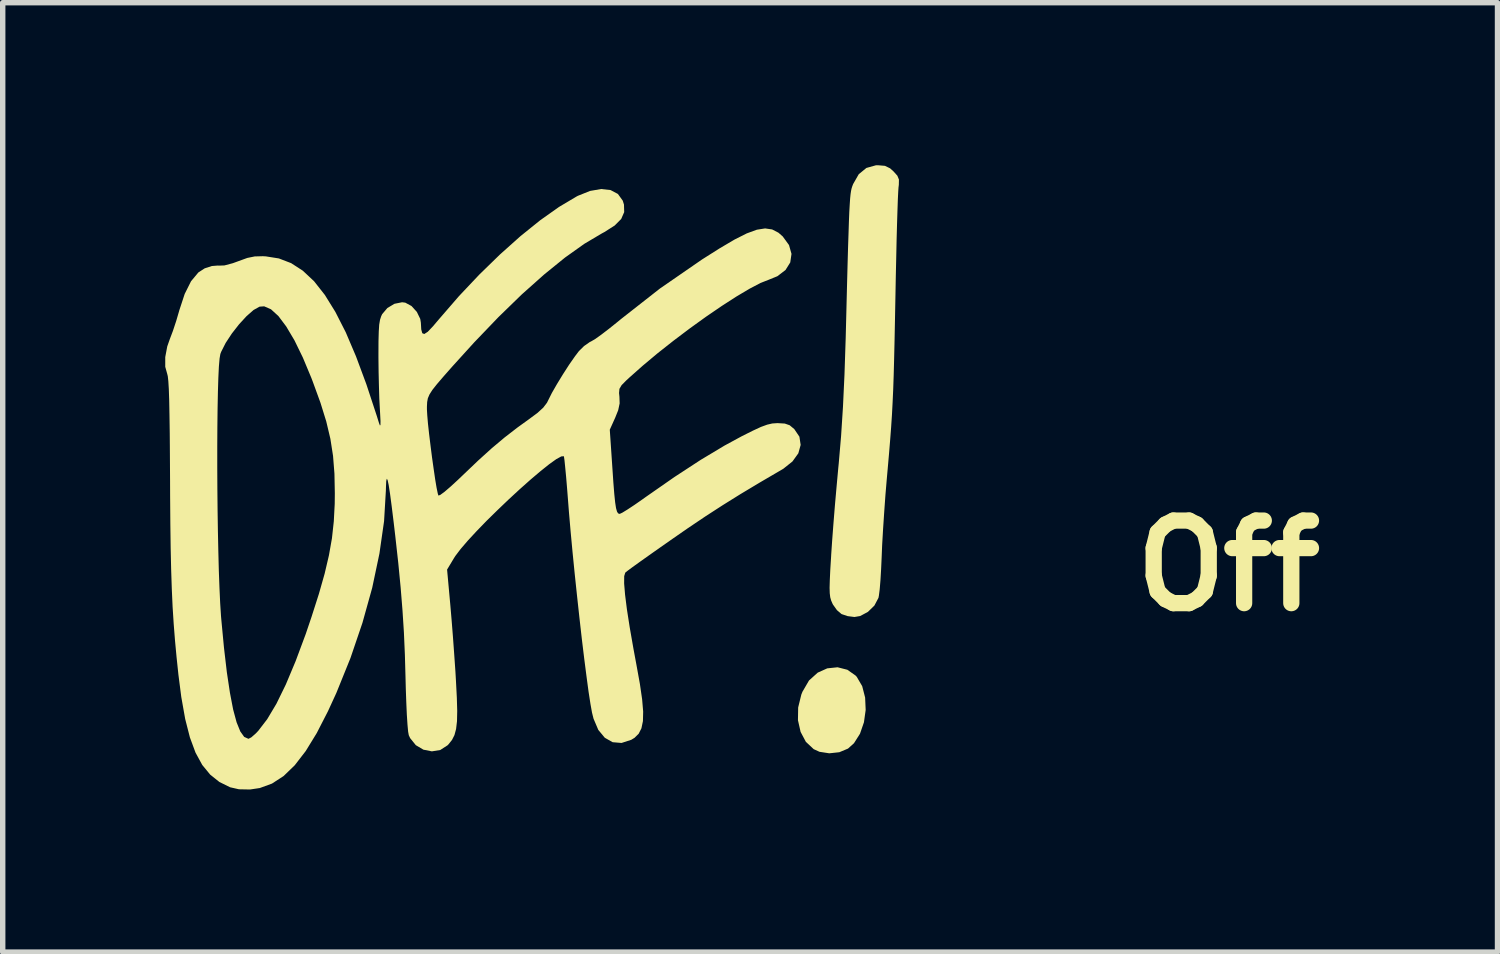
<source format=kicad_pcb>
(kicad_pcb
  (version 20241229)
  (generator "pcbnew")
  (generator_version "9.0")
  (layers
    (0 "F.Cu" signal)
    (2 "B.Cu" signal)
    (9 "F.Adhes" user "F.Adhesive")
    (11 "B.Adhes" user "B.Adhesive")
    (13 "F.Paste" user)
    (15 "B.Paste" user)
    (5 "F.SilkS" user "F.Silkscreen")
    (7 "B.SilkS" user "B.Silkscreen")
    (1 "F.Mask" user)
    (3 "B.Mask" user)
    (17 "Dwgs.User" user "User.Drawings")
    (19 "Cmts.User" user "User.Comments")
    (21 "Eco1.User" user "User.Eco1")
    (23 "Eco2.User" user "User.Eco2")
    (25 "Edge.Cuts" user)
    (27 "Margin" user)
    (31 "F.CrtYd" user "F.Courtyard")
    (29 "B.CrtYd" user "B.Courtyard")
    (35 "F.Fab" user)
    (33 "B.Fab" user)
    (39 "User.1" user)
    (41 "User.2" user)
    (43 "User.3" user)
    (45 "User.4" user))
  (footprint "Off"
    (layer "F.Cu")
    (at 6.623 5.093)
    (property "Reference" "Off" (at 13 2.3 0) (layer "F.SilkS") (effects (font (size 1.524 1.524) (thickness 0.3))))
    (attr board_only exclude_from_pos_files exclude_from_bom)
    (fp_poly (pts (xy 5.967 4.219) (xy 6.119 4.326) (xy 6.14 4.349) (xy 6.241 4.522) (xy 6.295 4.732) (xy 6.305 4.961) (xy 6.273 5.189) (xy 6.2 5.4) (xy 6.089 5.575) (xy 5.979 5.674) (xy 5.819 5.741) (xy 5.633 5.761) (xy 5.452 5.733) (xy 5.345 5.684) (xy 5.201 5.549) (xy 5.104 5.366) (xy 5.055 5.15) (xy 5.059 4.915) (xy 5.117 4.678) (xy 5.138 4.625) (xy 5.259 4.417) (xy 5.42 4.272) (xy 5.596 4.193) (xy 5.786 4.173)) (stroke (width 0) (type solid)) (fill yes) (layer "F.SilkS"))
    (fp_poly (pts (xy 6.661 -5.082) (xy 6.756 -5.036) (xy 6.82 -4.978) (xy 6.89 -4.9) (xy 6.919 -4.829) (xy 6.917 -4.731) (xy 6.911 -4.683) (xy 6.906 -4.609) (xy 6.899 -4.467) (xy 6.892 -4.265) (xy 6.884 -4.013) (xy 6.876 -3.719) (xy 6.869 -3.391) (xy 6.861 -3.037) (xy 6.855 -2.708) (xy 6.846 -2.247) (xy 6.838 -1.852) (xy 6.83 -1.511) (xy 6.822 -1.215) (xy 6.813 -0.952) (xy 6.802 -0.712) (xy 6.79 -0.485) (xy 6.775 -0.259) (xy 6.757 -0.024) (xy 6.736 0.231) (xy 6.711 0.516) (xy 6.695 0.695) (xy 6.67 0.99) (xy 6.647 1.31) (xy 6.626 1.628) (xy 6.609 1.92) (xy 6.6 2.142) (xy 6.59 2.363) (xy 6.578 2.565) (xy 6.564 2.734) (xy 6.549 2.851) (xy 6.541 2.892) (xy 6.466 3.034) (xy 6.346 3.151) (xy 6.204 3.227) (xy 6.098 3.245) (xy 5.972 3.229) (xy 5.862 3.192) (xy 5.857 3.189) (xy 5.775 3.119) (xy 5.701 3.015) (xy 5.69 2.993) (xy 5.667 2.939) (xy 5.651 2.881) (xy 5.642 2.807) (xy 5.639 2.705) (xy 5.643 2.564) (xy 5.652 2.371) (xy 5.668 2.114) (xy 5.668 2.106) (xy 5.686 1.84) (xy 5.71 1.523) (xy 5.738 1.177) (xy 5.769 0.828) (xy 5.799 0.499) (xy 5.808 0.409) (xy 5.851 -0.091) (xy 5.886 -0.634) (xy 5.914 -1.232) (xy 5.936 -1.895) (xy 5.937 -1.933) (xy 5.95 -2.445) (xy 5.961 -2.887) (xy 5.971 -3.264) (xy 5.98 -3.581) (xy 5.989 -3.845) (xy 5.996 -4.062) (xy 6.003 -4.235) (xy 6.011 -4.372) (xy 6.018 -4.478) (xy 6.026 -4.558) (xy 6.035 -4.619) (xy 6.045 -4.665) (xy 6.057 -4.703) (xy 6.07 -4.737) (xy 6.073 -4.745) (xy 6.177 -4.927) (xy 6.318 -5.043) (xy 6.493 -5.092) (xy 6.533 -5.093)) (stroke (width 0) (type solid)) (fill yes) (layer "F.SilkS"))
    (fp_poly (pts (xy 1.596 -4.635) (xy 1.732 -4.563) (xy 1.821 -4.44) (xy 1.844 -4.367) (xy 1.848 -4.228) (xy 1.793 -4.102) (xy 1.673 -3.981) (xy 1.483 -3.86) (xy 1.438 -3.836) (xy 1.114 -3.644) (xy 0.757 -3.39) (xy 0.371 -3.077) (xy -0.041 -2.71) (xy -0.473 -2.29) (xy -0.921 -1.823) (xy -1.323 -1.38) (xy -1.487 -1.194) (xy -1.608 -1.053) (xy -1.692 -0.947) (xy -1.745 -0.864) (xy -1.776 -0.792) (xy -1.789 -0.721) (xy -1.793 -0.64) (xy -1.793 -0.585) (xy -1.787 -0.48) (xy -1.774 -0.325) (xy -1.753 -0.134) (xy -1.727 0.079) (xy -1.699 0.299) (xy -1.669 0.511) (xy -1.641 0.703) (xy -1.615 0.859) (xy -1.593 0.965) (xy -1.581 1.004) (xy -1.547 0.992) (xy -1.469 0.935) (xy -1.357 0.839) (xy -1.221 0.714) (xy -1.132 0.629) (xy -0.848 0.358) (xy -0.596 0.13) (xy -0.359 -0.069) (xy -0.121 -0.253) (xy 0.083 -0.4) (xy 0.245 -0.52) (xy 0.353 -0.618) (xy 0.423 -0.71) (xy 0.452 -0.768) (xy 0.513 -0.89) (xy 0.606 -1.052) (xy 0.717 -1.234) (xy 0.833 -1.414) (xy 0.942 -1.57) (xy 1.012 -1.662) (xy 1.108 -1.757) (xy 1.213 -1.83) (xy 1.236 -1.841) (xy 1.307 -1.882) (xy 1.421 -1.963) (xy 1.566 -2.074) (xy 1.727 -2.203) (xy 1.789 -2.254) (xy 2.507 -2.817) (xy 3.285 -3.354) (xy 3.609 -3.559) (xy 3.884 -3.721) (xy 4.11 -3.835) (xy 4.296 -3.903) (xy 4.449 -3.927) (xy 4.579 -3.908) (xy 4.695 -3.848) (xy 4.774 -3.779) (xy 4.89 -3.62) (xy 4.936 -3.457) (xy 4.913 -3.299) (xy 4.825 -3.159) (xy 4.676 -3.045) (xy 4.519 -2.981) (xy 4.364 -2.92) (xy 4.162 -2.814) (xy 3.921 -2.671) (xy 3.651 -2.497) (xy 3.361 -2.299) (xy 3.061 -2.083) (xy 2.76 -1.856) (xy 2.466 -1.624) (xy 2.19 -1.393) (xy 1.941 -1.172) (xy 1.886 -1.121) (xy 1.8 -1.034) (xy 1.76 -0.966) (xy 1.753 -0.889) (xy 1.76 -0.819) (xy 1.764 -0.697) (xy 1.737 -0.571) (xy 1.682 -0.434) (xy 1.582 -0.212) (xy 1.629 0.481) (xy 1.648 0.761) (xy 1.665 0.974) (xy 1.681 1.129) (xy 1.697 1.234) (xy 1.715 1.299) (xy 1.735 1.332) (xy 1.761 1.342) (xy 1.765 1.342) (xy 1.811 1.321) (xy 1.906 1.263) (xy 2.038 1.176) (xy 2.193 1.068) (xy 2.246 1.03) (xy 2.776 0.661) (xy 3.26 0.345) (xy 3.702 0.08) (xy 4.023 -0.094) (xy 4.223 -0.194) (xy 4.372 -0.263) (xy 4.487 -0.305) (xy 4.582 -0.327) (xy 4.673 -0.333) (xy 4.683 -0.333) (xy 4.813 -0.325) (xy 4.902 -0.294) (xy 4.985 -0.225) (xy 4.988 -0.222) (xy 5.082 -0.083) (xy 5.105 0.069) (xy 5.062 0.224) (xy 4.954 0.374) (xy 4.785 0.509) (xy 4.753 0.528) (xy 4.349 0.764) (xy 3.994 0.977) (xy 3.667 1.181) (xy 3.35 1.386) (xy 3.023 1.606) (xy 2.739 1.803) (xy 2.516 1.959) (xy 2.313 2.102) (xy 2.137 2.227) (xy 1.998 2.327) (xy 1.905 2.396) (xy 1.868 2.426) (xy 1.848 2.491) (xy 1.847 2.627) (xy 1.864 2.832) (xy 1.898 3.103) (xy 1.95 3.437) (xy 2.019 3.832) (xy 2.075 4.134) (xy 2.138 4.482) (xy 2.179 4.765) (xy 2.198 4.99) (xy 2.194 5.166) (xy 2.166 5.3) (xy 2.115 5.4) (xy 2.039 5.475) (xy 1.978 5.512) (xy 1.799 5.57) (xy 1.634 5.556) (xy 1.49 5.474) (xy 1.37 5.329) (xy 1.282 5.122) (xy 1.254 5.01) (xy 1.225 4.848) (xy 1.19 4.622) (xy 1.152 4.339) (xy 1.11 4.012) (xy 1.066 3.649) (xy 1.022 3.262) (xy 0.978 2.859) (xy 0.935 2.452) (xy 0.895 2.051) (xy 0.859 1.666) (xy 0.828 1.307) (xy 0.813 1.114) (xy 0.794 0.872) (xy 0.776 0.658) (xy 0.759 0.481) (xy 0.746 0.353) (xy 0.736 0.285) (xy 0.734 0.278) (xy 0.687 0.281) (xy 0.594 0.332) (xy 0.464 0.425) (xy 0.304 0.553) (xy 0.121 0.708) (xy -0.077 0.884) (xy -0.283 1.074) (xy -0.489 1.271) (xy -0.689 1.467) (xy -0.874 1.658) (xy -1.037 1.834) (xy -1.171 1.99) (xy -1.268 2.118) (xy -1.293 2.157) (xy -1.421 2.37) (xy -1.361 3.027) (xy -1.338 3.296) (xy -1.313 3.61) (xy -1.289 3.941) (xy -1.267 4.256) (xy -1.257 4.427) (xy -1.241 4.735) (xy -1.234 4.979) (xy -1.238 5.168) (xy -1.255 5.313) (xy -1.285 5.425) (xy -1.33 5.514) (xy -1.392 5.592) (xy -1.412 5.613) (xy -1.547 5.7) (xy -1.702 5.725) (xy -1.858 5.694) (xy -1.998 5.611) (xy -2.103 5.481) (xy -2.128 5.427) (xy -2.14 5.361) (xy -2.152 5.23) (xy -2.164 5.047) (xy -2.174 4.822) (xy -2.183 4.569) (xy -2.188 4.37) (xy -2.2 3.94) (xy -2.218 3.53) (xy -2.244 3.124) (xy -2.278 2.702) (xy -2.322 2.248) (xy -2.378 1.744) (xy -2.405 1.514) (xy -2.443 1.205) (xy -2.474 0.971) (xy -2.499 0.809) (xy -2.519 0.717) (xy -2.534 0.693) (xy -2.544 0.736) (xy -2.549 0.844) (xy -2.551 0.915) (xy -2.584 1.476) (xy -2.67 2.076) (xy -2.803 2.706) (xy -2.983 3.352) (xy -3.204 4.002) (xy -3.464 4.645) (xy -3.62 4.985) (xy -3.827 5.388) (xy -4.03 5.719) (xy -4.233 5.982) (xy -4.439 6.181) (xy -4.653 6.32) (xy -4.878 6.402) (xy -5.059 6.429) (xy -5.262 6.425) (xy -5.426 6.388) (xy -5.624 6.29) (xy -5.794 6.154) (xy -5.94 5.976) (xy -6.064 5.749) (xy -6.168 5.468) (xy -6.255 5.127) (xy -6.327 4.721) (xy -6.38 4.309) (xy -6.414 3.987) (xy -6.443 3.678) (xy -6.467 3.373) (xy -6.487 3.06) (xy -6.502 2.729) (xy -6.514 2.369) (xy -6.523 1.971) (xy -6.529 1.523) (xy -6.533 1.014) (xy -6.534 0.732) (xy -6.537 0.255) (xy -6.538 0.101) (xy -5.663 0.101) (xy -5.663 0.485) (xy -5.661 0.879) (xy -5.657 1.275) (xy -5.651 1.664) (xy -5.643 2.039) (xy -5.634 2.39) (xy -5.622 2.711) (xy -5.609 2.992) (xy -5.594 3.225) (xy -5.589 3.284) (xy -5.539 3.812) (xy -5.486 4.265) (xy -5.429 4.644) (xy -5.37 4.952) (xy -5.306 5.189) (xy -5.238 5.357) (xy -5.166 5.458) (xy -5.089 5.493) (xy -5.086 5.493) (xy -5.035 5.467) (xy -4.957 5.399) (xy -4.906 5.346) (xy -4.741 5.131) (xy -4.571 4.846) (xy -4.397 4.49) (xy -4.217 4.061) (xy -4.03 3.559) (xy -3.923 3.243) (xy -3.787 2.818) (xy -3.681 2.445) (xy -3.602 2.108) (xy -3.546 1.792) (xy -3.512 1.48) (xy -3.495 1.156) (xy -3.493 0.962) (xy -3.5 0.6) (xy -3.526 0.271) (xy -3.575 -0.044) (xy -3.651 -0.364) (xy -3.758 -0.709) (xy -3.899 -1.096) (xy -3.926 -1.167) (xy -4.083 -1.543) (xy -4.238 -1.861) (xy -4.39 -2.117) (xy -4.534 -2.309) (xy -4.671 -2.434) (xy -4.797 -2.489) (xy -4.882 -2.483) (xy -4.992 -2.422) (xy -5.122 -2.308) (xy -5.26 -2.158) (xy -5.393 -1.988) (xy -5.508 -1.813) (xy -5.591 -1.649) (xy -5.606 -1.609) (xy -5.62 -1.527) (xy -5.633 -1.377) (xy -5.643 -1.168) (xy -5.651 -0.907) (xy -5.657 -0.603) (xy -5.661 -0.264) (xy -5.663 0.101) (xy -6.538 0.101) (xy -6.54 -0.149) (xy -6.545 -0.484) (xy -6.55 -0.753) (xy -6.557 -0.96) (xy -6.566 -1.107) (xy -6.576 -1.199) (xy -6.585 -1.236) (xy -6.623 -1.373) (xy -6.623 -1.552) (xy -6.586 -1.749) (xy -6.538 -1.886) (xy -6.482 -2.034) (xy -6.421 -2.218) (xy -6.368 -2.399) (xy -6.365 -2.411) (xy -6.264 -2.718) (xy -6.147 -2.952) (xy -6.012 -3.114) (xy -5.895 -3.19) (xy -5.763 -3.233) (xy -5.649 -3.242) (xy -5.635 -3.24) (xy -5.53 -3.244) (xy -5.376 -3.285) (xy -5.274 -3.322) (xy -5.109 -3.382) (xy -4.971 -3.41) (xy -4.821 -3.414) (xy -4.766 -3.411) (xy -4.526 -3.373) (xy -4.299 -3.286) (xy -4.083 -3.146) (xy -3.876 -2.952) (xy -3.677 -2.699) (xy -3.483 -2.386) (xy -3.291 -2.009) (xy -3.102 -1.565) (xy -2.911 -1.051) (xy -2.718 -0.465) (xy -2.677 -0.333) (xy -2.66 -0.289) (xy -2.651 -0.3) (xy -2.65 -0.371) (xy -2.657 -0.509) (xy -2.662 -0.6) (xy -2.672 -0.787) (xy -2.679 -1.024) (xy -2.685 -1.283) (xy -2.688 -1.538) (xy -2.688 -1.609) (xy -2.687 -1.847) (xy -2.682 -2.023) (xy -2.674 -2.15) (xy -2.659 -2.24) (xy -2.637 -2.307) (xy -2.619 -2.345) (xy -2.523 -2.458) (xy -2.392 -2.536) (xy -2.252 -2.564) (xy -2.193 -2.557) (xy -2.078 -2.495) (xy -1.979 -2.386) (xy -1.916 -2.256) (xy -1.905 -2.187) (xy -1.898 -2.063) (xy -1.879 -1.993) (xy -1.842 -1.978) (xy -1.778 -2.019) (xy -1.683 -2.119) (xy -1.563 -2.26) (xy -1.202 -2.677) (xy -0.826 -3.075) (xy -0.445 -3.446) (xy -0.068 -3.783) (xy 0.298 -4.078) (xy 0.644 -4.323) (xy 0.96 -4.511) (xy 0.991 -4.528) (xy 1.218 -4.619) (xy 1.422 -4.654)) (stroke (width 0) (type solid)) (fill yes) (layer "F.SilkS")))
  (gr_rect
    (start -3 -3)
    (end 24.59 14.523)
    (stroke (width 0.1) (type default))
    (fill no)
    (layer "Edge.Cuts")))
</source>
